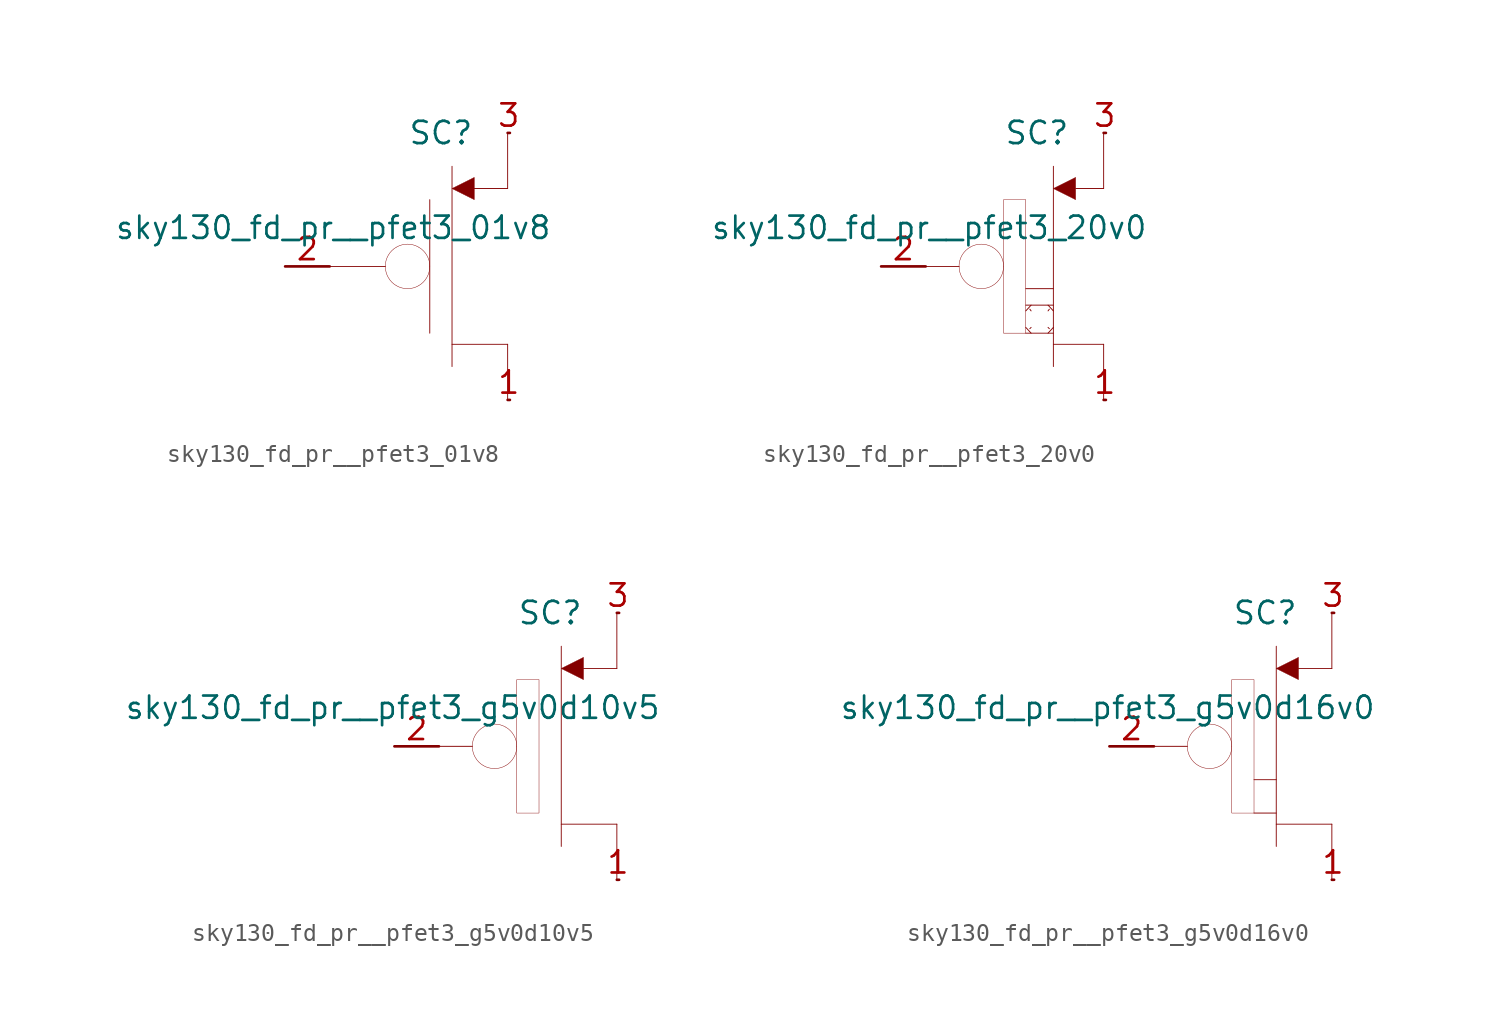
<source format=kicad_sym>
(kicad_symbol_lib
  (version 20211014)
  (generator kicad_symbol_editor)
  (symbol "sky130_fd_pr__pfet3_01v8"
    (pin_names hide)
    (property "Reference" "SC"
      (at 1.27 7.62 0)
      (effects (font (size 1.27 1.27))))
    (property "Value" "sky130_fd_pr__pfet3_01v8"
      (at 7.62 2.21 0)
      (effects (font (size 1.27 1.27)) (justify right)))
    (symbol "sky130_fd_pr__pfet3_01v8_0_0"
      (arc (start -1.905 0) (mid -1.7348 -0.635) (end -1.27 -1.0999) (stroke (width 0.0254) (type default) (color 0 0 0 0)) (fill (type none)))
      (arc (start -1.27 -1.0999) (mid -0.635 -1.27) (end 0 -1.0999) (stroke (width 0.0254) (type default) (color 0 0 0 0)) (fill (type none)))
      (arc (start -1.27 1.0999) (mid -1.7349 0.635) (end -1.905 0) (stroke (width 0.0254) (type default) (color 0 0 0 0)) (fill (type none)))
      (arc (start 0 -1.0999) (mid 0.4649 -0.635) (end 0.635 0) (stroke (width 0.0254) (type default) (color 0 0 0 0)) (fill (type none)))
      (polyline (pts (xy -5.08 0) (xy -1.905 0)) (stroke (width 0.051) (type default) (color 0 0 0 0)) (fill (type none)))
      (polyline (pts (xy 0.635 3.81) (xy 0.635 -3.81)) (stroke (width 0.051) (type default) (color 0 0 0 0)) (fill (type none)))
      (polyline (pts (xy 1.905 -4.445) (xy 5.08 -4.445)) (stroke (width 0.051) (type default) (color 0 0 0 0)) (fill (type none)))
      (polyline (pts (xy 1.905 5.715) (xy 1.905 -5.715)) (stroke (width 0.051) (type default) (color 0 0 0 0)) (fill (type none)))
      (polyline (pts (xy 3.175 4.445) (xy 5.08 4.445)) (stroke (width 0.051) (type default) (color 0 0 0 0)) (fill (type none)))
      (polyline (pts (xy 5.08 -4.445) (xy 5.08 -7.62)) (stroke (width 0.051) (type default) (color 0 0 0 0)) (fill (type none)))
      (polyline (pts (xy 5.08 7.62) (xy 5.08 4.445)) (stroke (width 0.051) (type default) (color 0 0 0 0)) (fill (type none)))
      (polyline (pts (xy 3.175 5.08) (xy 1.905 4.445) (xy 3.175 3.81) (xy 3.175 5.08)) (stroke (width 0.025) (type default) (color 0 0 0 0)) (fill (type outline)))
      (arc (start 0 1.0999) (mid -0.635 1.27) (end -1.27 1.0999) (stroke (width 0.0254) (type default) (color 0 0 0 0)) (fill (type none)))
      (arc (start 0.635 0) (mid 0.4648 0.635) (end 0 1.0999) (stroke (width 0.0254) (type default) (color 0 0 0 0)) (fill (type none))))
    (symbol "sky130_fd_pr__pfet3_01v8_1_1"
      (pin bidirectional line (at 5.08 -7.62 0) (length 0.127) (name "D" (effects (font (size 1.092 1.092)))) (number "1" (effects (font (size 1.27 1.27)))))
      (pin input line (at -7.62 0 0) (length 2.54) (name "G" (effects (font (size 1.092 1.092)))) (number "2" (effects (font (size 1.27 1.27)))))
      (pin bidirectional line (at 5.08 7.62 0) (length 0.127) (name "S" (effects (font (size 1.092 1.092)))) (number "3" (effects (font (size 1.27 1.27)))))))
  (symbol "sky130_fd_pr__pfet3_20v0"
    (pin_names hide)
    (property "Reference" "SC"
      (at 1.27 7.62 0)
      (effects (font (size 1.27 1.27))))
    (property "Value" "sky130_fd_pr__pfet3_20v0"
      (at 7.62 2.21 0)
      (effects (font (size 1.27 1.27)) (justify right)))
    (symbol "sky130_fd_pr__pfet3_20v0_0_0"
      (arc (start -3.175 0) (mid -3.0048 -0.635) (end -2.54 -1.0999) (stroke (width 0.0254) (type default) (color 0 0 0 0)) (fill (type none)))
      (arc (start -2.54 -1.0999) (mid -1.905 -1.27) (end -1.27 -1.0999) (stroke (width 0.0254) (type default) (color 0 0 0 0)) (fill (type none)))
      (arc (start -2.54 1.0999) (mid -3.0049 0.635) (end -3.175 0) (stroke (width 0.0254) (type default) (color 0 0 0 0)) (fill (type none)))
      (arc (start -1.27 -1.0999) (mid -0.8051 -0.635) (end -0.635 0) (stroke (width 0.0254) (type default) (color 0 0 0 0)) (fill (type none)))
      (arc (start -1.27 1.0999) (mid -1.905 1.27) (end -2.54 1.0999) (stroke (width 0.0254) (type default) (color 0 0 0 0)) (fill (type none)))
      (arc (start -0.635 0) (mid -0.8052 0.635) (end -1.27 1.0999) (stroke (width 0.0254) (type default) (color 0 0 0 0)) (fill (type none)))
      (polyline (pts (xy -5.08 0) (xy -3.175 0)) (stroke (width 0.051) (type default) (color 0 0 0 0)) (fill (type none)))
      (polyline (pts (xy 0.635 -3.81) (xy 2.21 -3.81)) (stroke (width 0.051) (type default) (color 0 0 0 0)) (fill (type none)))
      (polyline (pts (xy 0.635 -3.48) (xy 0.94 -3.81)) (stroke (width 0.051) (type default) (color 0 0 0 0)) (fill (type none)))
      (polyline (pts (xy 0.635 -2.54) (xy 0.94 -2.21)) (stroke (width 0.051) (type default) (color 0 0 0 0)) (fill (type none)))
      (polyline (pts (xy 0.635 -2.21) (xy 2.21 -2.21)) (stroke (width 0.051) (type default) (color 0 0 0 0)) (fill (type none)))
      (polyline (pts (xy 0.635 -1.27) (xy 2.21 -1.27)) (stroke (width 0.051) (type default) (color 0 0 0 0)) (fill (type none)))
      (polyline (pts (xy 0.864 -3.556) (xy 0.94 -3.48)) (stroke (width 0.051) (type default) (color 0 0 0 0)) (fill (type none)))
      (polyline (pts (xy 0.864 -2.438) (xy 0.94 -2.54)) (stroke (width 0.051) (type default) (color 0 0 0 0)) (fill (type none)))
      (polyline (pts (xy 1.905 -3.81) (xy 2.21 -3.48)) (stroke (width 0.051) (type default) (color 0 0 0 0)) (fill (type none)))
      (polyline (pts (xy 1.905 -3.48) (xy 1.981 -3.556)) (stroke (width 0.051) (type default) (color 0 0 0 0)) (fill (type none)))
      (polyline (pts (xy 1.905 -2.54) (xy 1.981 -2.438)) (stroke (width 0.051) (type default) (color 0 0 0 0)) (fill (type none)))
      (polyline (pts (xy 1.905 -2.21) (xy 2.21 -2.54)) (stroke (width 0.051) (type default) (color 0 0 0 0)) (fill (type none)))
      (polyline (pts (xy 2.21 -4.445) (xy 5.08 -4.445)) (stroke (width 0.051) (type default) (color 0 0 0 0)) (fill (type none)))
      (polyline (pts (xy 2.21 5.715) (xy 2.21 -5.715)) (stroke (width 0.051) (type default) (color 0 0 0 0)) (fill (type none)))
      (polyline (pts (xy 3.48 4.445) (xy 5.08 4.445)) (stroke (width 0.051) (type default) (color 0 0 0 0)) (fill (type none)))
      (polyline (pts (xy 5.08 -4.445) (xy 5.08 -7.62)) (stroke (width 0.051) (type default) (color 0 0 0 0)) (fill (type none)))
      (polyline (pts (xy 5.08 7.62) (xy 5.08 4.445)) (stroke (width 0.051) (type default) (color 0 0 0 0)) (fill (type none)))
      (polyline (pts (xy 3.48 5.08) (xy 2.21 4.445) (xy 3.48 3.81) (xy 3.48 5.08)) (stroke (width 0.025) (type default) (color 0 0 0 0)) (fill (type outline)))
      (polyline (pts (xy -0.635 -3.81) (xy -0.635 3.81) (xy 0.635 3.81) (xy 0.635 -3.81) (xy -0.635 -3.81)) (stroke (width 0.025) (type default) (color 0 0 0 0)) (fill (type none))))
    (symbol "sky130_fd_pr__pfet3_20v0_1_1"
      (pin bidirectional line (at 5.08 -7.62 0) (length 0.127) (name "D" (effects (font (size 1.092 1.092)))) (number "1" (effects (font (size 1.27 1.27)))))
      (pin input line (at -7.62 0 0) (length 2.54) (name "G" (effects (font (size 1.092 1.092)))) (number "2" (effects (font (size 1.27 1.27)))))
      (pin bidirectional line (at 5.08 7.62 0) (length 0.127) (name "S" (effects (font (size 1.092 1.092)))) (number "3" (effects (font (size 1.27 1.27)))))))
  (symbol "sky130_fd_pr__pfet3_g5v0d10v5"
    (pin_names hide)
    (property "Reference" "SC"
      (at 1.27 7.62 0)
      (effects (font (size 1.27 1.27))))
    (property "Value" "sky130_fd_pr__pfet3_g5v0d10v5"
      (at 7.62 2.21 0)
      (effects (font (size 1.27 1.27)) (justify right)))
    (symbol "sky130_fd_pr__pfet3_g5v0d10v5_0_0"
      (arc (start -3.175 0) (mid -3.0048 -0.635) (end -2.54 -1.0999) (stroke (width 0.0254) (type default) (color 0 0 0 0)) (fill (type none)))
      (arc (start -2.54 -1.0999) (mid -1.905 -1.27) (end -1.27 -1.0999) (stroke (width 0.0254) (type default) (color 0 0 0 0)) (fill (type none)))
      (arc (start -2.54 1.0999) (mid -3.0049 0.635) (end -3.175 0) (stroke (width 0.0254) (type default) (color 0 0 0 0)) (fill (type none)))
      (arc (start -1.27 -1.0999) (mid -0.8051 -0.635) (end -0.635 0) (stroke (width 0.0254) (type default) (color 0 0 0 0)) (fill (type none)))
      (arc (start -1.27 1.0999) (mid -1.905 1.27) (end -2.54 1.0999) (stroke (width 0.0254) (type default) (color 0 0 0 0)) (fill (type none)))
      (arc (start -0.635 0) (mid -0.8052 0.635) (end -1.27 1.0999) (stroke (width 0.0254) (type default) (color 0 0 0 0)) (fill (type none)))
      (polyline (pts (xy -5.08 0) (xy -3.175 0)) (stroke (width 0.051) (type default) (color 0 0 0 0)) (fill (type none)))
      (polyline (pts (xy 1.905 -4.445) (xy 5.08 -4.445)) (stroke (width 0.051) (type default) (color 0 0 0 0)) (fill (type none)))
      (polyline (pts (xy 1.905 5.715) (xy 1.905 -5.715)) (stroke (width 0.051) (type default) (color 0 0 0 0)) (fill (type none)))
      (polyline (pts (xy 3.175 4.445) (xy 5.08 4.445)) (stroke (width 0.051) (type default) (color 0 0 0 0)) (fill (type none)))
      (polyline (pts (xy 5.08 -4.445) (xy 5.08 -7.62)) (stroke (width 0.051) (type default) (color 0 0 0 0)) (fill (type none)))
      (polyline (pts (xy 5.08 7.62) (xy 5.08 4.445)) (stroke (width 0.051) (type default) (color 0 0 0 0)) (fill (type none)))
      (polyline (pts (xy 3.175 5.08) (xy 1.905 4.445) (xy 3.175 3.81) (xy 3.175 5.08)) (stroke (width 0.025) (type default) (color 0 0 0 0)) (fill (type outline)))
      (polyline (pts (xy -0.635 -3.81) (xy -0.635 3.81) (xy 0.635 3.81) (xy 0.635 -3.81) (xy -0.635 -3.81)) (stroke (width 0.025) (type default) (color 0 0 0 0)) (fill (type none))))
    (symbol "sky130_fd_pr__pfet3_g5v0d10v5_1_1"
      (pin bidirectional line (at 5.08 -7.62 0) (length 0.127) (name "D" (effects (font (size 1.092 1.092)))) (number "1" (effects (font (size 1.27 1.27)))))
      (pin input line (at -7.62 0 0) (length 2.54) (name "G" (effects (font (size 1.092 1.092)))) (number "2" (effects (font (size 1.27 1.27)))))
      (pin bidirectional line (at 5.08 7.62 0) (length 0.127) (name "S" (effects (font (size 1.092 1.092)))) (number "3" (effects (font (size 1.27 1.27)))))))
  (symbol "sky130_fd_pr__pfet3_g5v0d16v0"
    (pin_names hide)
    (property "Reference" "SC"
      (at 1.27 7.62 0)
      (effects (font (size 1.27 1.27))))
    (property "Value" "sky130_fd_pr__pfet3_g5v0d16v0"
      (at 7.62 2.21 0)
      (effects (font (size 1.27 1.27)) (justify right)))
    (symbol "sky130_fd_pr__pfet3_g5v0d16v0_0_0"
      (arc (start -3.175 0) (mid -3.0048 -0.635) (end -2.54 -1.0999) (stroke (width 0.0254) (type default) (color 0 0 0 0)) (fill (type none)))
      (arc (start -2.54 -1.0999) (mid -1.905 -1.27) (end -1.27 -1.0999) (stroke (width 0.0254) (type default) (color 0 0 0 0)) (fill (type none)))
      (arc (start -2.54 1.0999) (mid -3.0049 0.635) (end -3.175 0) (stroke (width 0.0254) (type default) (color 0 0 0 0)) (fill (type none)))
      (arc (start -1.27 -1.0999) (mid -0.8051 -0.635) (end -0.635 0) (stroke (width 0.0254) (type default) (color 0 0 0 0)) (fill (type none)))
      (arc (start -1.27 1.0999) (mid -1.905 1.27) (end -2.54 1.0999) (stroke (width 0.0254) (type default) (color 0 0 0 0)) (fill (type none)))
      (arc (start -0.635 0) (mid -0.8052 0.635) (end -1.27 1.0999) (stroke (width 0.0254) (type default) (color 0 0 0 0)) (fill (type none)))
      (polyline (pts (xy -5.08 0) (xy -3.175 0)) (stroke (width 0.051) (type default) (color 0 0 0 0)) (fill (type none)))
      (polyline (pts (xy 0.635 -3.81) (xy 1.905 -3.81)) (stroke (width 0.051) (type default) (color 0 0 0 0)) (fill (type none)))
      (polyline (pts (xy 0.635 -1.905) (xy 1.905 -1.905)) (stroke (width 0.051) (type default) (color 0 0 0 0)) (fill (type none)))
      (polyline (pts (xy 1.905 -4.445) (xy 5.08 -4.445)) (stroke (width 0.051) (type default) (color 0 0 0 0)) (fill (type none)))
      (polyline (pts (xy 1.905 5.715) (xy 1.905 -5.715)) (stroke (width 0.051) (type default) (color 0 0 0 0)) (fill (type none)))
      (polyline (pts (xy 3.175 4.445) (xy 5.08 4.445)) (stroke (width 0.051) (type default) (color 0 0 0 0)) (fill (type none)))
      (polyline (pts (xy 5.08 -4.445) (xy 5.08 -7.62)) (stroke (width 0.051) (type default) (color 0 0 0 0)) (fill (type none)))
      (polyline (pts (xy 5.08 7.62) (xy 5.08 4.445)) (stroke (width 0.051) (type default) (color 0 0 0 0)) (fill (type none)))
      (polyline (pts (xy 3.175 5.08) (xy 1.905 4.445) (xy 3.175 3.81) (xy 3.175 5.08)) (stroke (width 0.025) (type default) (color 0 0 0 0)) (fill (type outline)))
      (polyline (pts (xy -0.635 -3.81) (xy -0.635 3.81) (xy 0.635 3.81) (xy 0.635 -3.81) (xy -0.635 -3.81)) (stroke (width 0.025) (type default) (color 0 0 0 0)) (fill (type none))))
    (symbol "sky130_fd_pr__pfet3_g5v0d16v0_1_1"
      (pin bidirectional line (at 5.08 -7.62 0) (length 0.127) (name "D" (effects (font (size 1.092 1.092)))) (number "1" (effects (font (size 1.27 1.27)))))
      (pin input line (at -7.62 0 0) (length 2.54) (name "G" (effects (font (size 1.092 1.092)))) (number "2" (effects (font (size 1.27 1.27)))))
      (pin bidirectional line (at 5.08 7.62 0) (length 0.127) (name "S" (effects (font (size 1.092 1.092)))) (number "3" (effects (font (size 1.27 1.27))))))))
</source>
